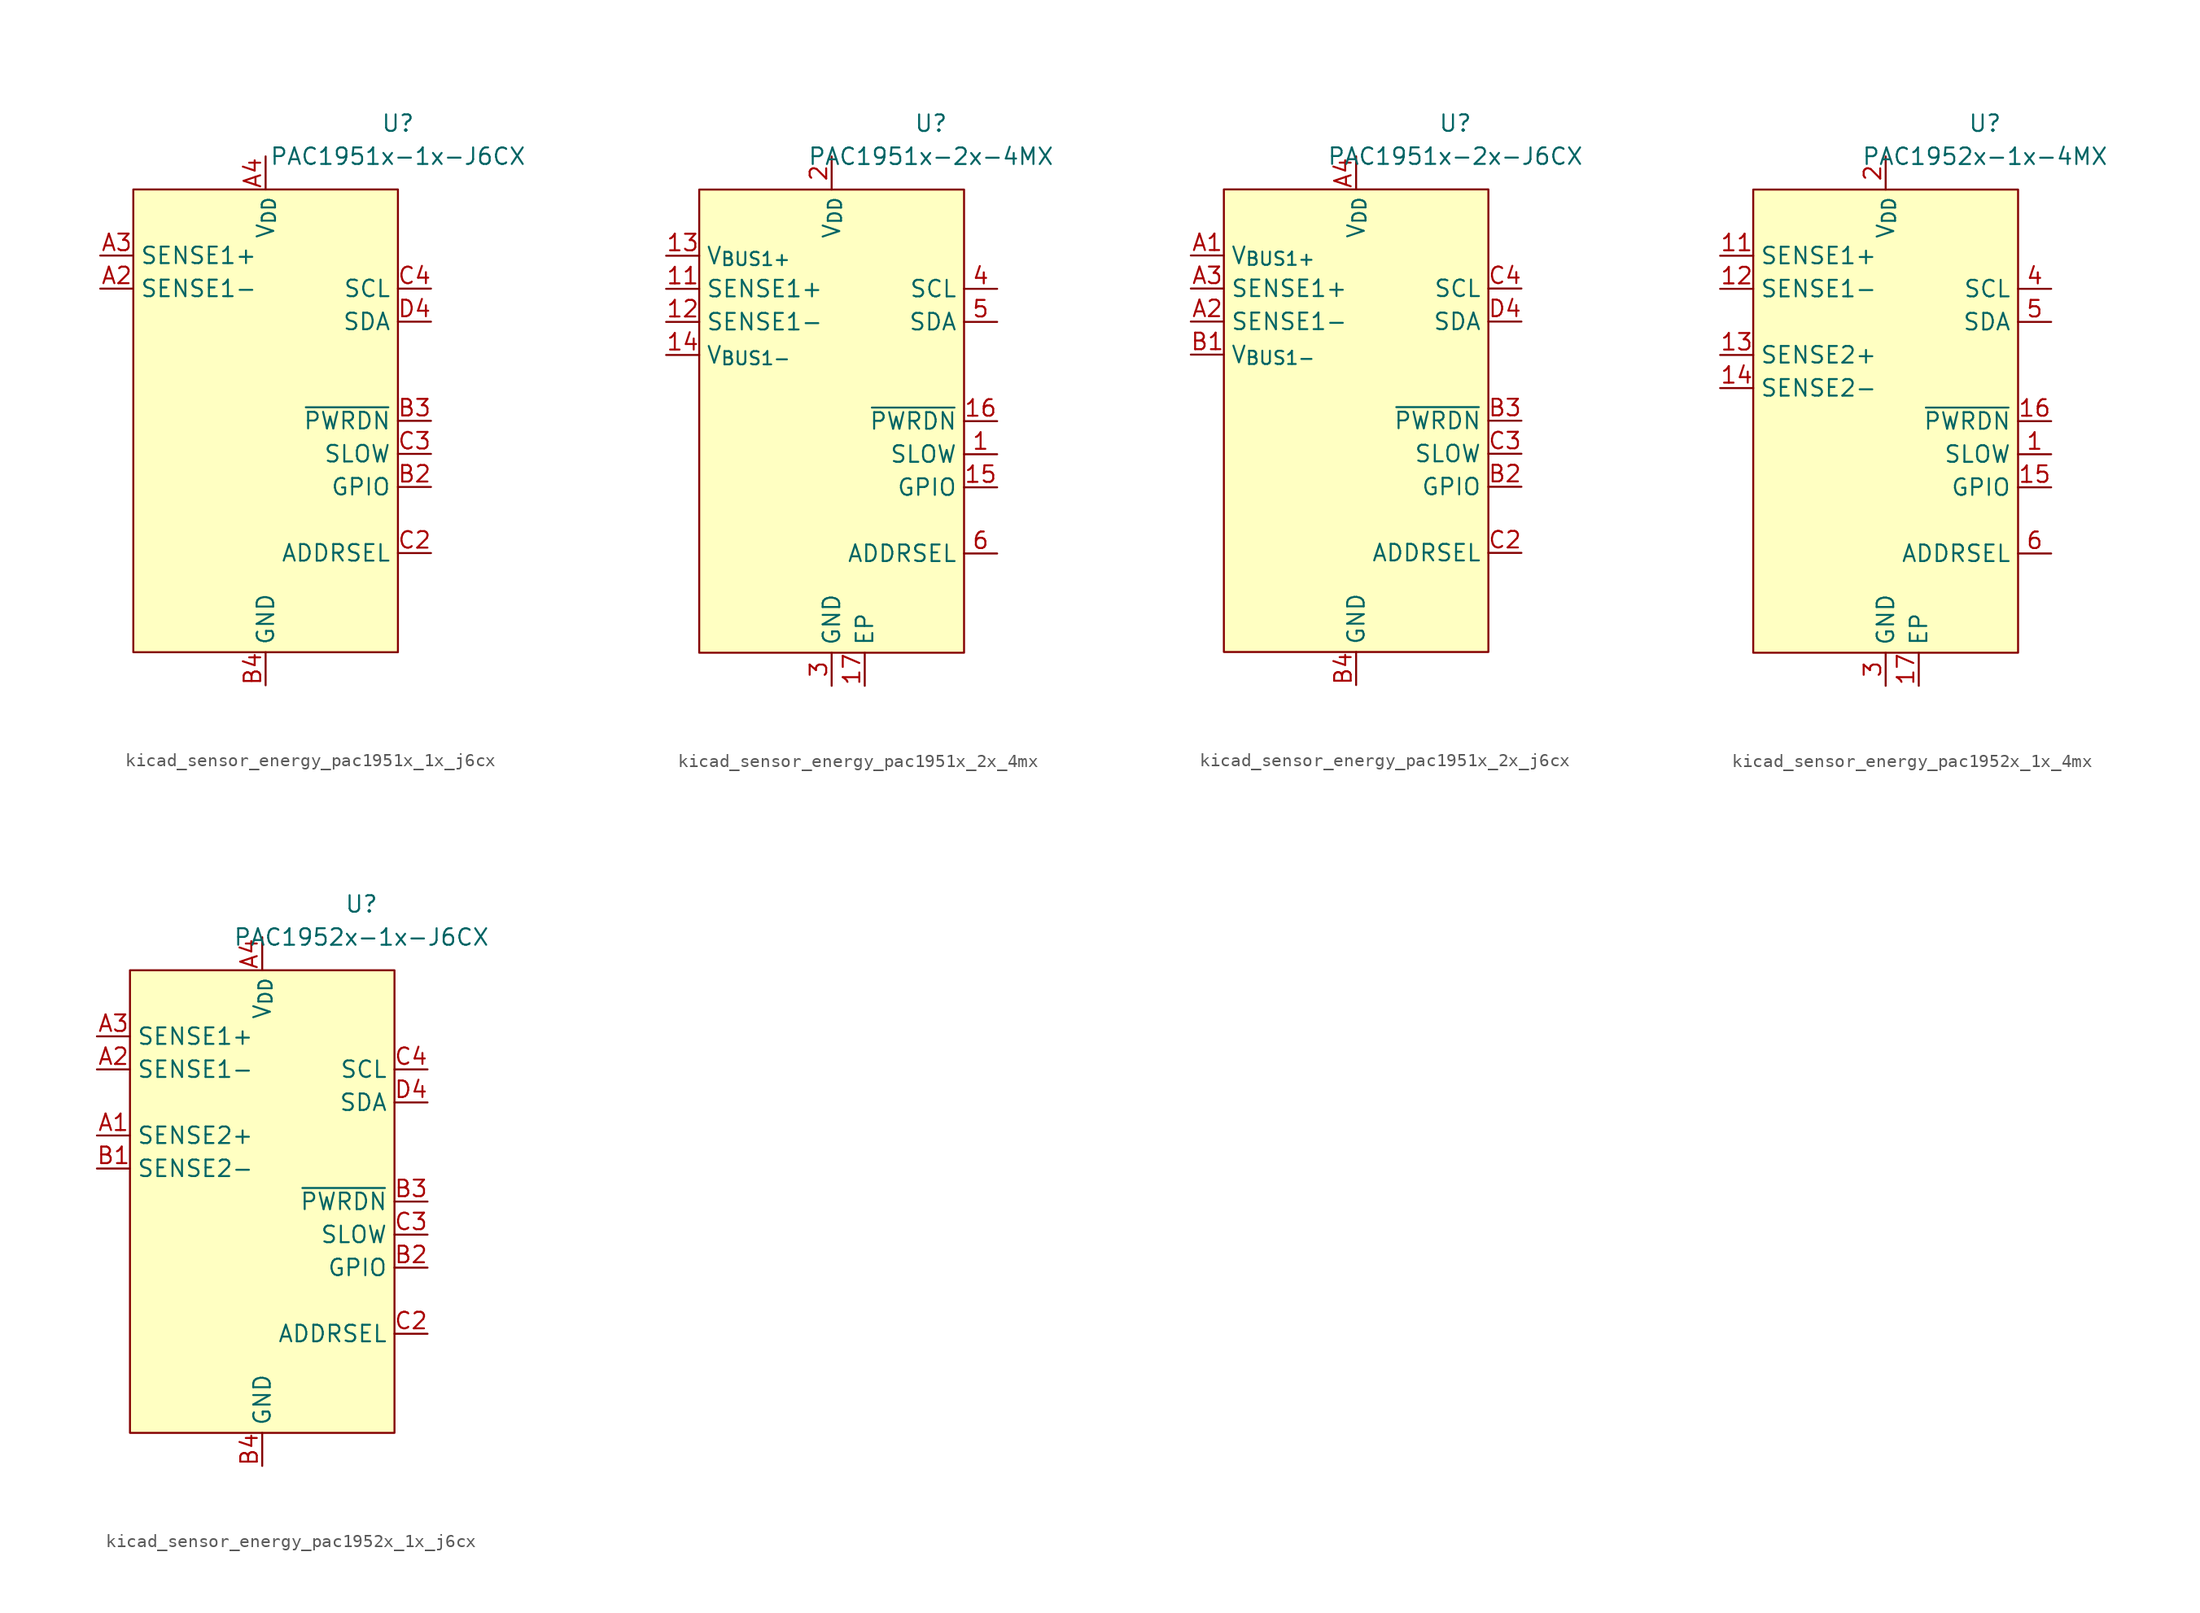
<source format=kicad_sym>
(kicad_symbol_lib
  (version 20220914)
  (generator kicad_symbol_editor)
  (symbol "kicad_sensor_energy_pac1951x_1x_j6cx"
    (property "Reference" "U"
      (at 10.16 22.86 0)
      (effects (font (size 1.27 1.27))))
    (property "Value" "PAC1951x-1x-J6CX"
      (at 10.16 20.32 0)
      (effects (font (size 1.27 1.27))))
    (symbol "kicad_sensor_energy_pac1951x_1x_j6cx_0_0"
      (pin passive line (at 0 -20.32 90) (length 2.54) hide (name "GND" (effects (font (size 1.27 1.27)))) (number "A1" (effects (font (size 1.27 1.27)))))
      (pin input line (at -12.7 10.16 0) (length 2.54) (name "SENSE1-" (effects (font (size 1.27 1.27)))) (number "A2" (effects (font (size 1.27 1.27)))))
      (pin input line (at -12.7 12.7 0) (length 2.54) (name "SENSE1+" (effects (font (size 1.27 1.27)))) (number "A3" (effects (font (size 1.27 1.27)))))
      (pin power_in line (at 0 20.32 270) (length 2.54) (name "V_{DD}" (effects (font (size 1.27 1.27)))) (number "A4" (effects (font (size 1.27 1.27)))))
      (pin passive line (at 0 -20.32 90) (length 2.54) hide (name "GND" (effects (font (size 1.27 1.27)))) (number "B1" (effects (font (size 1.27 1.27)))))
      (pin bidirectional line (at 12.7 -5.08 180) (length 2.54) (name "GPIO" (effects (font (size 1.27 1.27)))) (number "B2" (effects (font (size 1.27 1.27)))) (alternate "~{ALERT2}" open_collector line))
      (pin input line (at 12.7 0 180) (length 2.54) (name "~{PWRDN}" (effects (font (size 1.27 1.27)))) (number "B3" (effects (font (size 1.27 1.27)))))
      (pin power_in line (at 0 -20.32 90) (length 2.54) (name "GND" (effects (font (size 1.27 1.27)))) (number "B4" (effects (font (size 1.27 1.27)))))
      (pin passive line (at 0 -20.32 90) (length 2.54) hide (name "GND" (effects (font (size 1.27 1.27)))) (number "C1" (effects (font (size 1.27 1.27)))))
      (pin passive line (at 12.7 -10.16 180) (length 2.54) (name "ADDRSEL" (effects (font (size 1.27 1.27)))) (number "C2" (effects (font (size 1.27 1.27)))))
      (pin input line (at 12.7 -2.54 180) (length 2.54) (name "SLOW" (effects (font (size 1.27 1.27)))) (number "C3" (effects (font (size 1.27 1.27)))) (alternate "GPIO" bidirectional line) (alternate "~{ALERT1}" open_collector line))
      (pin input line (at 12.7 10.16 180) (length 2.54) (name "SCL" (effects (font (size 1.27 1.27)))) (number "C4" (effects (font (size 1.27 1.27)))) (alternate "SM_CLK" input line))
      (pin passive line (at 0 -20.32 90) (length 2.54) hide (name "GND" (effects (font (size 1.27 1.27)))) (number "D1" (effects (font (size 1.27 1.27)))))
      (pin passive line (at 0 -20.32 90) (length 2.54) hide (name "GND" (effects (font (size 1.27 1.27)))) (number "D2" (effects (font (size 1.27 1.27)))))
      (pin passive line (at 0 -20.32 90) (length 2.54) hide (name "GND" (effects (font (size 1.27 1.27)))) (number "D3" (effects (font (size 1.27 1.27)))))
      (pin bidirectional line (at 12.7 7.62 180) (length 2.54) (name "SDA" (effects (font (size 1.27 1.27)))) (number "D4" (effects (font (size 1.27 1.27)))) (alternate "SM_DATA" bidirectional line)))
    (symbol "kicad_sensor_energy_pac1951x_1x_j6cx_0_1"
      (rectangle (start -10.16 17.78) (end 10.16 -17.78) (stroke (width 0) (type default)) (fill (type background)))))
  (symbol "kicad_sensor_energy_pac1951x_2x_4mx"
    (property "Reference" "U"
      (at 7.62 22.86 0)
      (effects (font (size 1.27 1.27))))
    (property "Value" "PAC1951x-2x-4MX"
      (at 7.62 20.32 0)
      (effects (font (size 1.27 1.27))))
    (symbol "kicad_sensor_energy_pac1951x_2x_4mx_0_0"
      (pin input line (at 12.7 -2.54 180) (length 2.54) (name "SLOW" (effects (font (size 1.27 1.27)))) (number "1" (effects (font (size 1.27 1.27)))) (alternate "GPIO" bidirectional line) (alternate "~{ALERT1}" open_collector line))
      (pin passive line (at 0 -20.32 90) (length 2.54) hide (name "GND" (effects (font (size 1.27 1.27)))) (number "10" (effects (font (size 1.27 1.27)))))
      (pin input line (at -12.7 10.16 0) (length 2.54) (name "SENSE1+" (effects (font (size 1.27 1.27)))) (number "11" (effects (font (size 1.27 1.27)))))
      (pin input line (at -12.7 7.62 0) (length 2.54) (name "SENSE1-" (effects (font (size 1.27 1.27)))) (number "12" (effects (font (size 1.27 1.27)))))
      (pin input line (at -12.7 12.7 0) (length 2.54) (name "V_{BUS1+}" (effects (font (size 1.27 1.27)))) (number "13" (effects (font (size 1.27 1.27)))))
      (pin input line (at -12.7 5.08 0) (length 2.54) (name "V_{BUS1-}" (effects (font (size 1.27 1.27)))) (number "14" (effects (font (size 1.27 1.27)))))
      (pin bidirectional line (at 12.7 -5.08 180) (length 2.54) (name "GPIO" (effects (font (size 1.27 1.27)))) (number "15" (effects (font (size 1.27 1.27)))) (alternate "~{ALERT2}" open_collector line))
      (pin input line (at 12.7 0 180) (length 2.54) (name "~{PWRDN}" (effects (font (size 1.27 1.27)))) (number "16" (effects (font (size 1.27 1.27)))))
      (pin passive line (at 2.54 -20.32 90) (length 2.54) (name "EP" (effects (font (size 1.27 1.27)))) (number "17" (effects (font (size 1.27 1.27)))))
      (pin power_in line (at 0 20.32 270) (length 2.54) (name "V_{DD}" (effects (font (size 1.27 1.27)))) (number "2" (effects (font (size 1.27 1.27)))))
      (pin power_in line (at 0 -20.32 90) (length 2.54) (name "GND" (effects (font (size 1.27 1.27)))) (number "3" (effects (font (size 1.27 1.27)))))
      (pin input line (at 12.7 10.16 180) (length 2.54) (name "SCL" (effects (font (size 1.27 1.27)))) (number "4" (effects (font (size 1.27 1.27)))) (alternate "SM_CLK" input line))
      (pin bidirectional line (at 12.7 7.62 180) (length 2.54) (name "SDA" (effects (font (size 1.27 1.27)))) (number "5" (effects (font (size 1.27 1.27)))) (alternate "SM_DATA" bidirectional line))
      (pin passive line (at 12.7 -10.16 180) (length 2.54) (name "ADDRSEL" (effects (font (size 1.27 1.27)))) (number "6" (effects (font (size 1.27 1.27)))))
      (pin passive line (at 0 -20.32 90) (length 2.54) hide (name "GND" (effects (font (size 1.27 1.27)))) (number "7" (effects (font (size 1.27 1.27)))))
      (pin passive line (at 0 -20.32 90) (length 2.54) hide (name "GND" (effects (font (size 1.27 1.27)))) (number "8" (effects (font (size 1.27 1.27)))))
      (pin passive line (at 0 -20.32 90) (length 2.54) hide (name "GND" (effects (font (size 1.27 1.27)))) (number "9" (effects (font (size 1.27 1.27))))))
    (symbol "kicad_sensor_energy_pac1951x_2x_4mx_0_1"
      (rectangle (start -10.16 17.78) (end 10.16 -17.78) (stroke (width 0) (type default)) (fill (type background)))))
  (symbol "kicad_sensor_energy_pac1951x_2x_j6cx"
    (property "Reference" "U"
      (at 7.62 22.86 0)
      (effects (font (size 1.27 1.27))))
    (property "Value" "PAC1951x-2x-J6CX"
      (at 7.62 20.32 0)
      (effects (font (size 1.27 1.27))))
    (symbol "kicad_sensor_energy_pac1951x_2x_j6cx_0_0"
      (pin input line (at -12.7 12.7 0) (length 2.54) (name "V_{BUS1+}" (effects (font (size 1.27 1.27)))) (number "A1" (effects (font (size 1.27 1.27)))))
      (pin input line (at -12.7 7.62 0) (length 2.54) (name "SENSE1-" (effects (font (size 1.27 1.27)))) (number "A2" (effects (font (size 1.27 1.27)))))
      (pin input line (at -12.7 10.16 0) (length 2.54) (name "SENSE1+" (effects (font (size 1.27 1.27)))) (number "A3" (effects (font (size 1.27 1.27)))))
      (pin power_in line (at 0 20.32 270) (length 2.54) (name "V_{DD}" (effects (font (size 1.27 1.27)))) (number "A4" (effects (font (size 1.27 1.27)))))
      (pin input line (at -12.7 5.08 0) (length 2.54) (name "V_{BUS1-}" (effects (font (size 1.27 1.27)))) (number "B1" (effects (font (size 1.27 1.27)))))
      (pin bidirectional line (at 12.7 -5.08 180) (length 2.54) (name "GPIO" (effects (font (size 1.27 1.27)))) (number "B2" (effects (font (size 1.27 1.27)))) (alternate "~{ALERT2}" open_collector line))
      (pin input line (at 12.7 0 180) (length 2.54) (name "~{PWRDN}" (effects (font (size 1.27 1.27)))) (number "B3" (effects (font (size 1.27 1.27)))))
      (pin power_in line (at 0 -20.32 90) (length 2.54) (name "GND" (effects (font (size 1.27 1.27)))) (number "B4" (effects (font (size 1.27 1.27)))))
      (pin passive line (at 0 -20.32 90) (length 2.54) hide (name "GND" (effects (font (size 1.27 1.27)))) (number "C1" (effects (font (size 1.27 1.27)))))
      (pin passive line (at 12.7 -10.16 180) (length 2.54) (name "ADDRSEL" (effects (font (size 1.27 1.27)))) (number "C2" (effects (font (size 1.27 1.27)))))
      (pin input line (at 12.7 -2.54 180) (length 2.54) (name "SLOW" (effects (font (size 1.27 1.27)))) (number "C3" (effects (font (size 1.27 1.27)))) (alternate "GPIO" bidirectional line) (alternate "~{ALERT1}" open_collector line))
      (pin input line (at 12.7 10.16 180) (length 2.54) (name "SCL" (effects (font (size 1.27 1.27)))) (number "C4" (effects (font (size 1.27 1.27)))) (alternate "SM_CLK" input line))
      (pin passive line (at 0 -20.32 90) (length 2.54) hide (name "GND" (effects (font (size 1.27 1.27)))) (number "D1" (effects (font (size 1.27 1.27)))))
      (pin passive line (at 0 -20.32 90) (length 2.54) hide (name "GND" (effects (font (size 1.27 1.27)))) (number "D2" (effects (font (size 1.27 1.27)))))
      (pin passive line (at 0 -20.32 90) (length 2.54) hide (name "GND" (effects (font (size 1.27 1.27)))) (number "D3" (effects (font (size 1.27 1.27)))))
      (pin bidirectional line (at 12.7 7.62 180) (length 2.54) (name "SDA" (effects (font (size 1.27 1.27)))) (number "D4" (effects (font (size 1.27 1.27)))) (alternate "SM_DATA" bidirectional line)))
    (symbol "kicad_sensor_energy_pac1951x_2x_j6cx_0_1"
      (rectangle (start -10.16 17.78) (end 10.16 -17.78) (stroke (width 0) (type default)) (fill (type background)))))
  (symbol "kicad_sensor_energy_pac1952x_1x_4mx"
    (property "Reference" "U"
      (at 7.62 22.86 0)
      (effects (font (size 1.27 1.27))))
    (property "Value" "PAC1952x-1x-4MX"
      (at 7.62 20.32 0)
      (effects (font (size 1.27 1.27))))
    (symbol "kicad_sensor_energy_pac1952x_1x_4mx_0_0"
      (pin input line (at 12.7 -2.54 180) (length 2.54) (name "SLOW" (effects (font (size 1.27 1.27)))) (number "1" (effects (font (size 1.27 1.27)))) (alternate "GPIO" bidirectional line) (alternate "~{ALERT1}" open_collector line))
      (pin passive line (at 0 -20.32 90) (length 2.54) hide (name "GND" (effects (font (size 1.27 1.27)))) (number "10" (effects (font (size 1.27 1.27)))))
      (pin input line (at -12.7 12.7 0) (length 2.54) (name "SENSE1+" (effects (font (size 1.27 1.27)))) (number "11" (effects (font (size 1.27 1.27)))))
      (pin input line (at -12.7 10.16 0) (length 2.54) (name "SENSE1-" (effects (font (size 1.27 1.27)))) (number "12" (effects (font (size 1.27 1.27)))))
      (pin input line (at -12.7 5.08 0) (length 2.54) (name "SENSE2+" (effects (font (size 1.27 1.27)))) (number "13" (effects (font (size 1.27 1.27)))))
      (pin input line (at -12.7 2.54 0) (length 2.54) (name "SENSE2-" (effects (font (size 1.27 1.27)))) (number "14" (effects (font (size 1.27 1.27)))))
      (pin bidirectional line (at 12.7 -5.08 180) (length 2.54) (name "GPIO" (effects (font (size 1.27 1.27)))) (number "15" (effects (font (size 1.27 1.27)))) (alternate "~{ALERT2}" open_collector line))
      (pin input line (at 12.7 0 180) (length 2.54) (name "~{PWRDN}" (effects (font (size 1.27 1.27)))) (number "16" (effects (font (size 1.27 1.27)))))
      (pin passive line (at 2.54 -20.32 90) (length 2.54) (name "EP" (effects (font (size 1.27 1.27)))) (number "17" (effects (font (size 1.27 1.27)))))
      (pin power_in line (at 0 20.32 270) (length 2.54) (name "V_{DD}" (effects (font (size 1.27 1.27)))) (number "2" (effects (font (size 1.27 1.27)))))
      (pin power_in line (at 0 -20.32 90) (length 2.54) (name "GND" (effects (font (size 1.27 1.27)))) (number "3" (effects (font (size 1.27 1.27)))))
      (pin input line (at 12.7 10.16 180) (length 2.54) (name "SCL" (effects (font (size 1.27 1.27)))) (number "4" (effects (font (size 1.27 1.27)))) (alternate "SM_CLK" input line))
      (pin bidirectional line (at 12.7 7.62 180) (length 2.54) (name "SDA" (effects (font (size 1.27 1.27)))) (number "5" (effects (font (size 1.27 1.27)))) (alternate "SM_DATA" bidirectional line))
      (pin passive line (at 12.7 -10.16 180) (length 2.54) (name "ADDRSEL" (effects (font (size 1.27 1.27)))) (number "6" (effects (font (size 1.27 1.27)))))
      (pin passive line (at 0 -20.32 90) (length 2.54) hide (name "GND" (effects (font (size 1.27 1.27)))) (number "7" (effects (font (size 1.27 1.27)))))
      (pin passive line (at 0 -20.32 90) (length 2.54) hide (name "GND" (effects (font (size 1.27 1.27)))) (number "8" (effects (font (size 1.27 1.27)))))
      (pin passive line (at 0 -20.32 90) (length 2.54) hide (name "GND" (effects (font (size 1.27 1.27)))) (number "9" (effects (font (size 1.27 1.27))))))
    (symbol "kicad_sensor_energy_pac1952x_1x_4mx_0_1"
      (rectangle (start -10.16 17.78) (end 10.16 -17.78) (stroke (width 0) (type default)) (fill (type background)))))
  (symbol "kicad_sensor_energy_pac1952x_1x_j6cx"
    (property "Reference" "U"
      (at 7.62 22.86 0)
      (effects (font (size 1.27 1.27))))
    (property "Value" "PAC1952x-1x-J6CX"
      (at 7.62 20.32 0)
      (effects (font (size 1.27 1.27))))
    (symbol "kicad_sensor_energy_pac1952x_1x_j6cx_0_0"
      (pin input line (at -12.7 5.08 0) (length 2.54) (name "SENSE2+" (effects (font (size 1.27 1.27)))) (number "A1" (effects (font (size 1.27 1.27)))))
      (pin input line (at -12.7 10.16 0) (length 2.54) (name "SENSE1-" (effects (font (size 1.27 1.27)))) (number "A2" (effects (font (size 1.27 1.27)))))
      (pin input line (at -12.7 12.7 0) (length 2.54) (name "SENSE1+" (effects (font (size 1.27 1.27)))) (number "A3" (effects (font (size 1.27 1.27)))))
      (pin power_in line (at 0 20.32 270) (length 2.54) (name "V_{DD}" (effects (font (size 1.27 1.27)))) (number "A4" (effects (font (size 1.27 1.27)))))
      (pin input line (at -12.7 2.54 0) (length 2.54) (name "SENSE2-" (effects (font (size 1.27 1.27)))) (number "B1" (effects (font (size 1.27 1.27)))))
      (pin bidirectional line (at 12.7 -5.08 180) (length 2.54) (name "GPIO" (effects (font (size 1.27 1.27)))) (number "B2" (effects (font (size 1.27 1.27)))) (alternate "~{ALERT2}" open_collector line))
      (pin input line (at 12.7 0 180) (length 2.54) (name "~{PWRDN}" (effects (font (size 1.27 1.27)))) (number "B3" (effects (font (size 1.27 1.27)))))
      (pin power_in line (at 0 -20.32 90) (length 2.54) (name "GND" (effects (font (size 1.27 1.27)))) (number "B4" (effects (font (size 1.27 1.27)))))
      (pin passive line (at 0 -20.32 90) (length 2.54) hide (name "GND" (effects (font (size 1.27 1.27)))) (number "C1" (effects (font (size 1.27 1.27)))))
      (pin passive line (at 12.7 -10.16 180) (length 2.54) (name "ADDRSEL" (effects (font (size 1.27 1.27)))) (number "C2" (effects (font (size 1.27 1.27)))))
      (pin input line (at 12.7 -2.54 180) (length 2.54) (name "SLOW" (effects (font (size 1.27 1.27)))) (number "C3" (effects (font (size 1.27 1.27)))) (alternate "GPIO" bidirectional line) (alternate "~{ALERT1}" open_collector line))
      (pin input line (at 12.7 10.16 180) (length 2.54) (name "SCL" (effects (font (size 1.27 1.27)))) (number "C4" (effects (font (size 1.27 1.27)))) (alternate "SM_CLK" input line))
      (pin passive line (at 0 -20.32 90) (length 2.54) hide (name "GND" (effects (font (size 1.27 1.27)))) (number "D1" (effects (font (size 1.27 1.27)))))
      (pin passive line (at 0 -20.32 90) (length 2.54) hide (name "GND" (effects (font (size 1.27 1.27)))) (number "D2" (effects (font (size 1.27 1.27)))))
      (pin passive line (at 0 -20.32 90) (length 2.54) hide (name "GND" (effects (font (size 1.27 1.27)))) (number "D3" (effects (font (size 1.27 1.27)))))
      (pin bidirectional line (at 12.7 7.62 180) (length 2.54) (name "SDA" (effects (font (size 1.27 1.27)))) (number "D4" (effects (font (size 1.27 1.27)))) (alternate "SM_DATA" bidirectional line)))
    (symbol "kicad_sensor_energy_pac1952x_1x_j6cx_0_1"
      (rectangle (start -10.16 17.78) (end 10.16 -17.78) (stroke (width 0) (type default)) (fill (type background))))))
</source>
